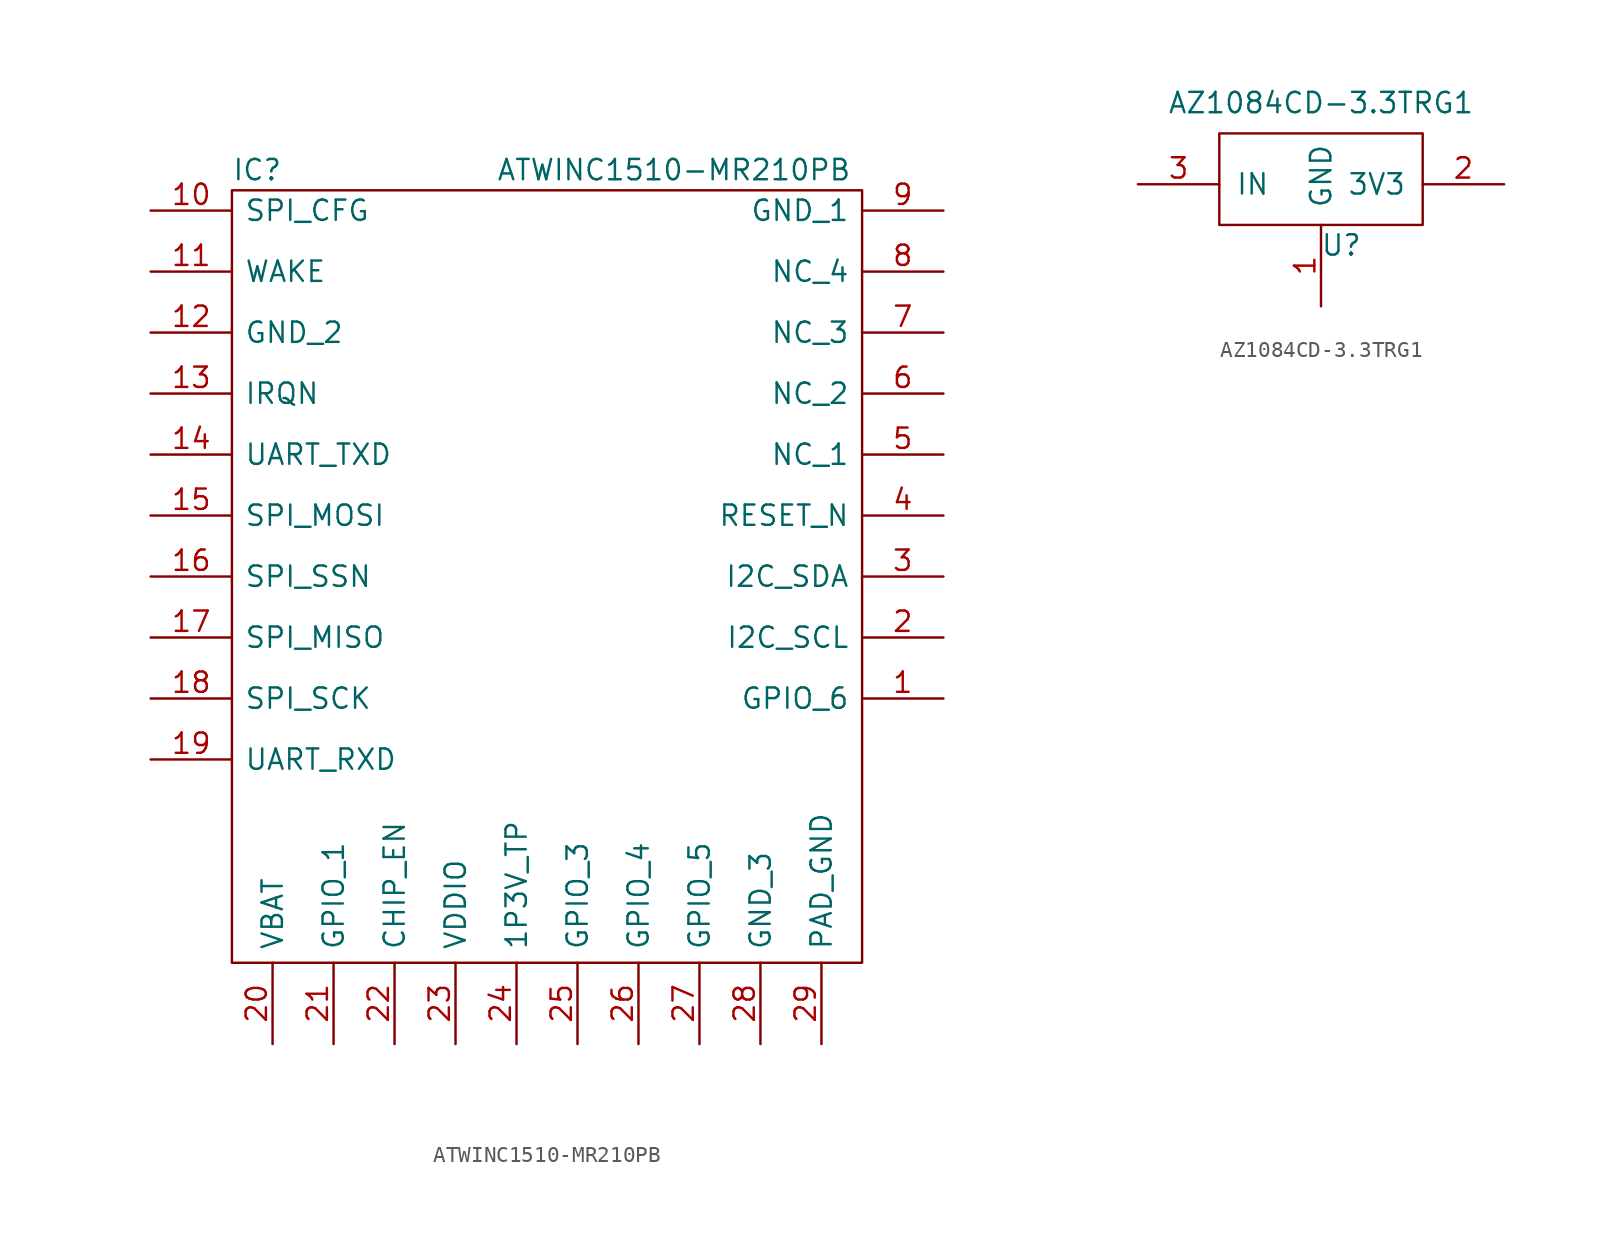
<source format=kicad_sym>
(kicad_symbol_lib
  (version 20211014)
  (generator kicad_symbol_editor)
  (symbol "ATWINC1510-MR210PB"
    (pin_names
      (offset 0.762))
    (property "Reference" "IC"
      (at 0 49.53 0)
      (effects (font (size 1.27 1.27)) (justify left)))
    (property "Value" "ATWINC1510-MR210PB"
      (at 16.51 49.53 0)
      (effects (font (size 1.27 1.27)) (justify left)))
    (symbol "ATWINC1510-MR210PB_0_0"
      (pin unspecified line (at 44.45 16.51 180) (length 5.08) (name "GPIO_6" (effects (font (size 1.27 1.27)))) (number "1" (effects (font (size 1.27 1.27)))))
      (pin unspecified line (at -5.08 46.99 0) (length 5.08) (name "SPI_CFG" (effects (font (size 1.27 1.27)))) (number "10" (effects (font (size 1.27 1.27)))))
      (pin unspecified line (at -5.08 43.18 0) (length 5.08) (name "WAKE" (effects (font (size 1.27 1.27)))) (number "11" (effects (font (size 1.27 1.27)))))
      (pin unspecified line (at -5.08 39.37 0) (length 5.08) (name "GND_2" (effects (font (size 1.27 1.27)))) (number "12" (effects (font (size 1.27 1.27)))))
      (pin unspecified line (at -5.08 35.56 0) (length 5.08) (name "IRQN" (effects (font (size 1.27 1.27)))) (number "13" (effects (font (size 1.27 1.27)))))
      (pin unspecified line (at -5.08 31.75 0) (length 5.08) (name "UART_TXD" (effects (font (size 1.27 1.27)))) (number "14" (effects (font (size 1.27 1.27)))))
      (pin unspecified line (at -5.08 27.94 0) (length 5.08) (name "SPI_MOSI" (effects (font (size 1.27 1.27)))) (number "15" (effects (font (size 1.27 1.27)))))
      (pin unspecified line (at -5.08 24.13 0) (length 5.08) (name "SPI_SSN" (effects (font (size 1.27 1.27)))) (number "16" (effects (font (size 1.27 1.27)))))
      (pin unspecified line (at -5.08 20.32 0) (length 5.08) (name "SPI_MISO" (effects (font (size 1.27 1.27)))) (number "17" (effects (font (size 1.27 1.27)))))
      (pin unspecified line (at -5.08 16.51 0) (length 5.08) (name "SPI_SCK" (effects (font (size 1.27 1.27)))) (number "18" (effects (font (size 1.27 1.27)))))
      (pin unspecified line (at -5.08 12.7 0) (length 5.08) (name "UART_RXD" (effects (font (size 1.27 1.27)))) (number "19" (effects (font (size 1.27 1.27)))))
      (pin unspecified line (at 44.45 20.32 180) (length 5.08) (name "I2C_SCL" (effects (font (size 1.27 1.27)))) (number "2" (effects (font (size 1.27 1.27)))))
      (pin unspecified line (at 2.54 -5.08 90) (length 5.08) (name "VBAT" (effects (font (size 1.27 1.27)))) (number "20" (effects (font (size 1.27 1.27)))))
      (pin unspecified line (at 6.35 -5.08 90) (length 5.08) (name "GPIO_1" (effects (font (size 1.27 1.27)))) (number "21" (effects (font (size 1.27 1.27)))))
      (pin unspecified line (at 10.16 -5.08 90) (length 5.08) (name "CHIP_EN" (effects (font (size 1.27 1.27)))) (number "22" (effects (font (size 1.27 1.27)))))
      (pin unspecified line (at 13.97 -5.08 90) (length 5.08) (name "VDDIO" (effects (font (size 1.27 1.27)))) (number "23" (effects (font (size 1.27 1.27)))))
      (pin unspecified line (at 17.78 -5.08 90) (length 5.08) (name "1P3V_TP" (effects (font (size 1.27 1.27)))) (number "24" (effects (font (size 1.27 1.27)))))
      (pin unspecified line (at 21.59 -5.08 90) (length 5.08) (name "GPIO_3" (effects (font (size 1.27 1.27)))) (number "25" (effects (font (size 1.27 1.27)))))
      (pin unspecified line (at 25.4 -5.08 90) (length 5.08) (name "GPIO_4" (effects (font (size 1.27 1.27)))) (number "26" (effects (font (size 1.27 1.27)))))
      (pin unspecified line (at 29.21 -5.08 90) (length 5.08) (name "GPIO_5" (effects (font (size 1.27 1.27)))) (number "27" (effects (font (size 1.27 1.27)))))
      (pin unspecified line (at 33.02 -5.08 90) (length 5.08) (name "GND_3" (effects (font (size 1.27 1.27)))) (number "28" (effects (font (size 1.27 1.27)))))
      (pin unspecified line (at 44.45 24.13 180) (length 5.08) (name "I2C_SDA" (effects (font (size 1.27 1.27)))) (number "3" (effects (font (size 1.27 1.27)))))
      (pin unspecified line (at 44.45 27.94 180) (length 5.08) (name "RESET_N" (effects (font (size 1.27 1.27)))) (number "4" (effects (font (size 1.27 1.27)))))
      (pin unspecified line (at 44.45 31.75 180) (length 5.08) (name "NC_1" (effects (font (size 1.27 1.27)))) (number "5" (effects (font (size 1.27 1.27)))))
      (pin unspecified line (at 44.45 35.56 180) (length 5.08) (name "NC_2" (effects (font (size 1.27 1.27)))) (number "6" (effects (font (size 1.27 1.27)))))
      (pin unspecified line (at 44.45 39.37 180) (length 5.08) (name "NC_3" (effects (font (size 1.27 1.27)))) (number "7" (effects (font (size 1.27 1.27)))))
      (pin unspecified line (at 44.45 43.18 180) (length 5.08) (name "NC_4" (effects (font (size 1.27 1.27)))) (number "8" (effects (font (size 1.27 1.27)))))
      (pin unspecified line (at 44.45 46.99 180) (length 5.08) (name "GND_1" (effects (font (size 1.27 1.27)))) (number "9" (effects (font (size 1.27 1.27))))))
    (symbol "ATWINC1510-MR210PB_0_1"
      (rectangle (start 0 48.26) (end 39.37 0) (stroke (width 0) (type default) (color 0 0 0 0)) (fill (type none))))
    (symbol "ATWINC1510-MR210PB_1_1"
      (pin input line (at 36.83 -5.08 90) (length 5.08) (name "PAD_GND" (effects (font (size 1.27 1.27)))) (number "29" (effects (font (size 1.27 1.27)))))))
  (symbol "AZ1084CD-3.3TRG1"
    (pin_names
      (offset 1.016))
    (property "Reference" "U"
      (at 1.27 -2.54 0)
      (effects (font (size 1.27 1.27))))
    (property "Value" "AZ1084CD-3.3TRG1"
      (at 0 6.35 0)
      (effects (font (size 1.27 1.27))))
    (symbol "AZ1084CD-3.3TRG1_0_1"
      (rectangle (start -6.35 -1.27) (end 6.35 4.445) (stroke (width 0) (type default) (color 0 0 0 0)) (fill (type none))))
    (symbol "AZ1084CD-3.3TRG1_1_1"
      (pin input line (at 0 -6.35 90) (length 5.08) (name "GND" (effects (font (size 1.27 1.27)))) (number "1" (effects (font (size 1.27 1.27)))))
      (pin input line (at 11.43 1.27 180) (length 5.08) (name "3V3" (effects (font (size 1.27 1.27)))) (number "2" (effects (font (size 1.27 1.27)))))
      (pin input line (at -11.43 1.27 0) (length 5.08) (name "IN" (effects (font (size 1.27 1.27)))) (number "3" (effects (font (size 1.27 1.27))))))))
</source>
